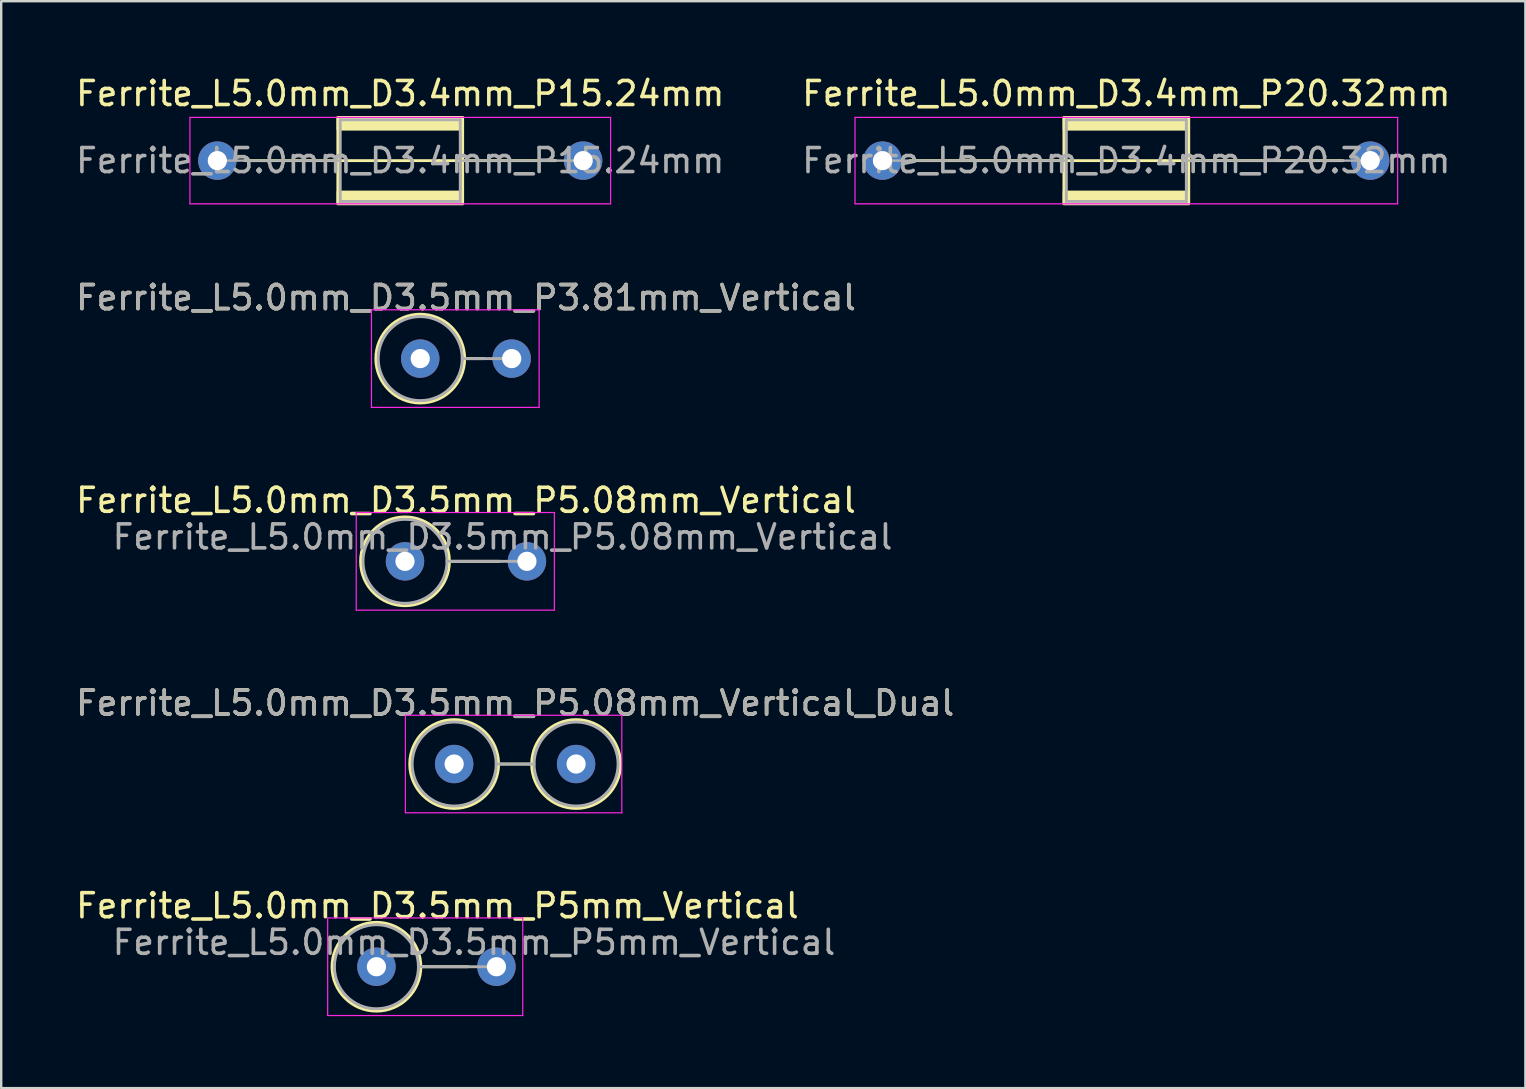
<source format=kicad_pcb>
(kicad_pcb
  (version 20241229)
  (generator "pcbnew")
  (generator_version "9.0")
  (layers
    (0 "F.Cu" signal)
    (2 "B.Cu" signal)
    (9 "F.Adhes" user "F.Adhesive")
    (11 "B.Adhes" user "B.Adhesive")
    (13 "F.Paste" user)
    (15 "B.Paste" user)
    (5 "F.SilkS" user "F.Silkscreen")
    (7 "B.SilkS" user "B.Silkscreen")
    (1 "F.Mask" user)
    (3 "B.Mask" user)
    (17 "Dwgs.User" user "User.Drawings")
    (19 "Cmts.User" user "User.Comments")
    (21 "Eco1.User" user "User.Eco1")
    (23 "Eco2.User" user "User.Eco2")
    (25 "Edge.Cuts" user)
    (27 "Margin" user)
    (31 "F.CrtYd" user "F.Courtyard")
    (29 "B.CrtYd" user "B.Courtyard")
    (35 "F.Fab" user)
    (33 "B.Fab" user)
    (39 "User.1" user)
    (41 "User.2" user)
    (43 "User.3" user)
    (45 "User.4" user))
  (footprint "Ferrite_L5.0mm_D3.5mm_P5mm_Vertical"
    (layer "F.Cu")
    (at 12.633 37.226)
    (property "Reference" "Ferrite_L5.0mm_D3.5mm_P5mm_Vertical" (at 2.54 -2.54 0) (layer "F.SilkS") (effects (font (size 1 1) (thickness 0.15))))
    (fp_line (start 1.85 0) (end 3.81 0) (stroke (width 0.12) (type solid)) (layer "F.SilkS"))
    (fp_circle (center 0 0) (end 0 -1.85) (stroke (width 0.12) (type solid)) (fill no) (layer "F.SilkS"))
    (fp_line (start -2.032 -2.032) (end 6.096 -2.032) (stroke (width 0.05) (type solid)) (layer "F.CrtYd"))
    (fp_line (start -2.032 2.032) (end -2.032 -2.032) (stroke (width 0.05) (type solid)) (layer "F.CrtYd"))
    (fp_line (start 6.096 -2.032) (end 6.096 2.032) (stroke (width 0.05) (type solid)) (layer "F.CrtYd"))
    (fp_line (start 6.096 2.032) (end -2.032 2.032) (stroke (width 0.05) (type solid)) (layer "F.CrtYd"))
    (fp_line (start 1.75 0) (end 5 0) (stroke (width 0.12) (type solid)) (layer "F.Fab"))
    (fp_circle (center 0 0) (end 0 -1.75) (stroke (width 0.12) (type solid)) (fill no) (layer "F.Fab"))
    (fp_text user "${REFERENCE}" (at 4.064 -1.016 0) (layer "F.Fab") (effects (font (size 1 1) (thickness 0.15))))
    (pad "1" thru_hole circle (at 0 0) (size 1.6 1.6) (drill 0.8) (layers "*.Cu" "*.Mask"))
    (pad "2" thru_hole circle (at 5 0) (size 1.6 1.6) (drill 0.8) (layers "*.Cu" "*.Mask")))
  (footprint "Ferrite_L5.0mm_D3.4mm_P15.24mm"
    (layer "F.Cu")
    (at 6.005 3.642)
    (property "Reference" "Ferrite_L5.0mm_D3.4mm_P15.24mm" (at 7.62 -2.794 0) (layer "F.SilkS") (effects (font (size 1 1) (thickness 0.15))))
    (fp_line (start 9.234 0.000002) (end 1.143 0) (stroke (width 0.12) (type solid)) (layer "F.SilkS"))
    (fp_line (start 9.234 0.000002) (end 14.097 0) (stroke (width 0.12) (type solid)) (layer "F.SilkS"))
    (fp_rect (start 5.02 -1.8) (end 10.22 1.8) (stroke (width 0.12) (type solid)) (fill no) (layer "F.SilkS"))
    (fp_poly (pts (xy 5.02 1.3) (xy 10.22 1.3) (xy 10.22 1.8) (xy 5.02 1.8)) (stroke (width 0.1) (type solid)) (fill yes) (layer "F.SilkS"))
    (fp_poly (pts (xy 10.22 -1.3) (xy 5.02 -1.3) (xy 5.02 -1.8) (xy 10.22 -1.8)) (stroke (width 0.1) (type solid)) (fill yes) (layer "F.SilkS"))
    (fp_line (start -1.143 -1.8) (end 16.383 -1.8) (stroke (width 0.05) (type solid)) (layer "F.CrtYd"))
    (fp_line (start -1.143 1.8) (end -1.143 -1.8) (stroke (width 0.05) (type solid)) (layer "F.CrtYd"))
    (fp_line (start 16.383 -1.8) (end 16.383 1.8) (stroke (width 0.05) (type solid)) (layer "F.CrtYd"))
    (fp_line (start 16.383 1.8) (end -1.143 1.8) (stroke (width 0.05) (type solid)) (layer "F.CrtYd"))
    (fp_line (start 0 0) (end 5.12 0) (stroke (width 0.1) (type solid)) (layer "F.Fab"))
    (fp_line (start 5.12 -1.7) (end 10.12 -1.7) (stroke (width 0.12) (type solid)) (layer "F.Fab"))
    (fp_line (start 5.12 1.7) (end 5.12 -1.7) (stroke (width 0.12) (type solid)) (layer "F.Fab"))
    (fp_line (start 10.12 -1.7) (end 10.12 1.7) (stroke (width 0.12) (type solid)) (layer "F.Fab"))
    (fp_line (start 10.12 1.7) (end 5.12 1.7) (stroke (width 0.12) (type solid)) (layer "F.Fab"))
    (fp_line (start 15.24 0) (end 10.12 0) (stroke (width 0.1) (type solid)) (layer "F.Fab"))
    (fp_text user "${REFERENCE}" (at 7.62 0 0) (layer "F.Fab") (effects (font (size 1 1) (thickness 0.15))))
    (pad "1" thru_hole circle (at 0 0) (size 1.6 1.6) (drill 0.8) (layers "*.Cu" "*.Mask"))
    (pad "2" thru_hole circle (at 15.24 0) (size 1.6 1.6) (drill 0.8) (layers "*.Cu" "*.Mask")))
  (footprint "Ferrite_L5.0mm_D3.5mm_P5.08mm_Vertical"
    (layer "F.Cu")
    (at 13.823 20.336)
    (property "Reference" "Ferrite_L5.0mm_D3.5mm_P5.08mm_Vertical" (at 2.54 -2.54 0) (layer "F.SilkS") (effects (font (size 1 1) (thickness 0.15))))
    (fp_line (start 1.85 0) (end 3.937 0) (stroke (width 0.12) (type solid)) (layer "F.SilkS"))
    (fp_circle (center 0 0) (end 0 -1.85) (stroke (width 0.12) (type solid)) (fill no) (layer "F.SilkS"))
    (fp_line (start -2.032 -2.032) (end 6.223 -2.032) (stroke (width 0.05) (type solid)) (layer "F.CrtYd"))
    (fp_line (start -2.032 2.032) (end -2.032 -2.032) (stroke (width 0.05) (type solid)) (layer "F.CrtYd"))
    (fp_line (start 6.223 -2.032) (end 6.223 2.032) (stroke (width 0.05) (type solid)) (layer "F.CrtYd"))
    (fp_line (start 6.223 2.032) (end -2.032 2.032) (stroke (width 0.05) (type solid)) (layer "F.CrtYd"))
    (fp_line (start 1.75 0) (end 5.08 0) (stroke (width 0.12) (type solid)) (layer "F.Fab"))
    (fp_circle (center 0 0) (end 0 -1.75) (stroke (width 0.12) (type solid)) (fill no) (layer "F.Fab"))
    (fp_text user "${REFERENCE}" (at 4.064 -1.016 0) (layer "F.Fab") (effects (font (size 1 1) (thickness 0.15))))
    (pad "1" thru_hole circle (at 0 0) (size 1.6 1.6) (drill 0.8) (layers "*.Cu" "*.Mask"))
    (pad "2" thru_hole circle (at 5.08 0) (size 1.6 1.6) (drill 0.8) (layers "*.Cu" "*.Mask")))
  (footprint "Ferrite_L5.0mm_D3.4mm_P20.32mm"
    (layer "F.Cu")
    (at 33.715 3.642)
    (property "Reference" "Ferrite_L5.0mm_D3.4mm_P20.32mm" (at 10.16 -2.794 0) (layer "F.SilkS") (effects (font (size 1 1) (thickness 0.15))))
    (fp_line (start 11.774 0.000002) (end 1.143 0) (stroke (width 0.12) (type solid)) (layer "F.SilkS"))
    (fp_line (start 11.774 0.000002) (end 19.177 0) (stroke (width 0.12) (type solid)) (layer "F.SilkS"))
    (fp_rect (start 7.56 -1.8) (end 12.76 1.8) (stroke (width 0.12) (type solid)) (fill no) (layer "F.SilkS"))
    (fp_poly (pts (xy 7.56 1.3) (xy 12.76 1.3) (xy 12.76 1.8) (xy 7.56 1.8)) (stroke (width 0.1) (type solid)) (fill yes) (layer "F.SilkS"))
    (fp_poly (pts (xy 12.76 -1.3) (xy 7.56 -1.3) (xy 7.56 -1.8) (xy 12.76 -1.8)) (stroke (width 0.1) (type solid)) (fill yes) (layer "F.SilkS"))
    (fp_line (start -1.143 -1.8) (end 21.463 -1.8) (stroke (width 0.05) (type solid)) (layer "F.CrtYd"))
    (fp_line (start -1.143 1.8) (end -1.143 -1.8) (stroke (width 0.05) (type solid)) (layer "F.CrtYd"))
    (fp_line (start 21.463 -1.8) (end 21.463 1.8) (stroke (width 0.05) (type solid)) (layer "F.CrtYd"))
    (fp_line (start 21.463 1.8) (end -1.143 1.8) (stroke (width 0.05) (type solid)) (layer "F.CrtYd"))
    (fp_line (start 0 0) (end 7.66 0) (stroke (width 0.1) (type solid)) (layer "F.Fab"))
    (fp_line (start 7.66 -1.7) (end 12.66 -1.7) (stroke (width 0.12) (type solid)) (layer "F.Fab"))
    (fp_line (start 7.66 1.7) (end 7.66 -1.7) (stroke (width 0.12) (type solid)) (layer "F.Fab"))
    (fp_line (start 12.66 -1.7) (end 12.66 1.7) (stroke (width 0.12) (type solid)) (layer "F.Fab"))
    (fp_line (start 12.66 1.7) (end 7.66 1.7) (stroke (width 0.12) (type solid)) (layer "F.Fab"))
    (fp_line (start 20.32 0) (end 12.66 0) (stroke (width 0.1) (type solid)) (layer "F.Fab"))
    (fp_text user "${REFERENCE}" (at 10.16 0 0) (layer "F.Fab") (effects (font (size 1 1) (thickness 0.15))))
    (pad "1" thru_hole circle (at 0 0) (size 1.6 1.6) (drill 0.8) (layers "*.Cu" "*.Mask"))
    (pad "2" thru_hole circle (at 20.32 0) (size 1.6 1.6) (drill 0.8) (layers "*.Cu" "*.Mask")))
  (footprint "Ferrite_L5.0mm_D3.5mm_P3.81mm_Vertical"
    (layer "F.Cu")
    (at 14.458 11.89)
    (property "Reference" "Ferrite_L5.0mm_D3.5mm_P3.81mm_Vertical" (at 1.905 -2.54 0) (layer "F.SilkS") (effects (font (size 1 1) (thickness 0.15))))
    (fp_line (start 1.85 0) (end 2.667 0) (stroke (width 0.12) (type solid)) (layer "F.SilkS"))
    (fp_circle (center 0 0) (end 0 -1.85) (stroke (width 0.12) (type solid)) (fill no) (layer "F.SilkS"))
    (fp_line (start -2.032 -2.032) (end 4.953 -2.032) (stroke (width 0.05) (type solid)) (layer "F.CrtYd"))
    (fp_line (start -2.032 2.032) (end -2.032 -2.032) (stroke (width 0.05) (type solid)) (layer "F.CrtYd"))
    (fp_line (start 4.953 -2.032) (end 4.953 2.032) (stroke (width 0.05) (type solid)) (layer "F.CrtYd"))
    (fp_line (start 4.953 2.032) (end -2.032 2.032) (stroke (width 0.05) (type solid)) (layer "F.CrtYd"))
    (fp_line (start 1.75 0) (end 3.81 0) (stroke (width 0.12) (type solid)) (layer "F.Fab"))
    (fp_circle (center 0 0) (end 0 -1.75) (stroke (width 0.12) (type solid)) (fill no) (layer "F.Fab"))
    (fp_text user "${REFERENCE}" (at 1.905 -2.539 0) (layer "F.Fab") (effects (font (size 1 1) (thickness 0.15))))
    (pad "1" thru_hole circle (at 0 0) (size 1.6 1.6) (drill 0.8) (layers "*.Cu" "*.Mask"))
    (pad "2" thru_hole circle (at 3.81 0) (size 1.6 1.6) (drill 0.8) (layers "*.Cu" "*.Mask")))
  (footprint "Ferrite_L5.0mm_D3.5mm_P5.08mm_Vertical_Dual"
    (layer "F.Cu")
    (at 15.871 28.781)
    (property "Reference" "Ferrite_L5.0mm_D3.5mm_P5.08mm_Vertical_Dual" (at 2.54 -2.54 0) (layer "F.SilkS") (effects (font (size 1 1) (thickness 0.15))))
    (fp_line (start 1.85 0) (end 3.23 0) (stroke (width 0.12) (type solid)) (layer "F.SilkS"))
    (fp_circle (center 0 0) (end 0 -1.85) (stroke (width 0.12) (type solid)) (fill no) (layer "F.SilkS"))
    (fp_circle (center 5.08 0) (end 5.08 -1.85) (stroke (width 0.12) (type solid)) (fill no) (layer "F.SilkS"))
    (fp_line (start -2.032 -2.032) (end 6.985 -2.032) (stroke (width 0.05) (type solid)) (layer "F.CrtYd"))
    (fp_line (start -2.032 2.032) (end -2.032 -2.032) (stroke (width 0.05) (type solid)) (layer "F.CrtYd"))
    (fp_line (start 6.985 -2.032) (end 6.985 2.032) (stroke (width 0.05) (type solid)) (layer "F.CrtYd"))
    (fp_line (start 6.985 2.032) (end -2.032 2.032) (stroke (width 0.05) (type solid)) (layer "F.CrtYd"))
    (fp_line (start 1.75 0) (end 3.33 0) (stroke (width 0.12) (type solid)) (layer "F.Fab"))
    (fp_circle (center 0 0) (end 0 -1.75) (stroke (width 0.12) (type solid)) (fill no) (layer "F.Fab"))
    (fp_circle (center 5.08 0) (end 5.08 -1.75) (stroke (width 0.12) (type solid)) (fill no) (layer "F.Fab"))
    (fp_text user "${REFERENCE}" (at 2.54 -2.539 0) (layer "F.Fab") (effects (font (size 1 1) (thickness 0.15))))
    (pad "1" thru_hole circle (at 0 0) (size 1.6 1.6) (drill 0.8) (layers "*.Cu" "*.Mask"))
    (pad "2" thru_hole circle (at 5.08 0) (size 1.6 1.6) (drill 0.8) (layers "*.Cu" "*.Mask")))
  (gr_rect
    (start -3 -3)
    (end 60.5 42.283)
    (stroke (width 0.1) (type default))
    (fill no)
    (layer "Edge.Cuts")))
</source>
